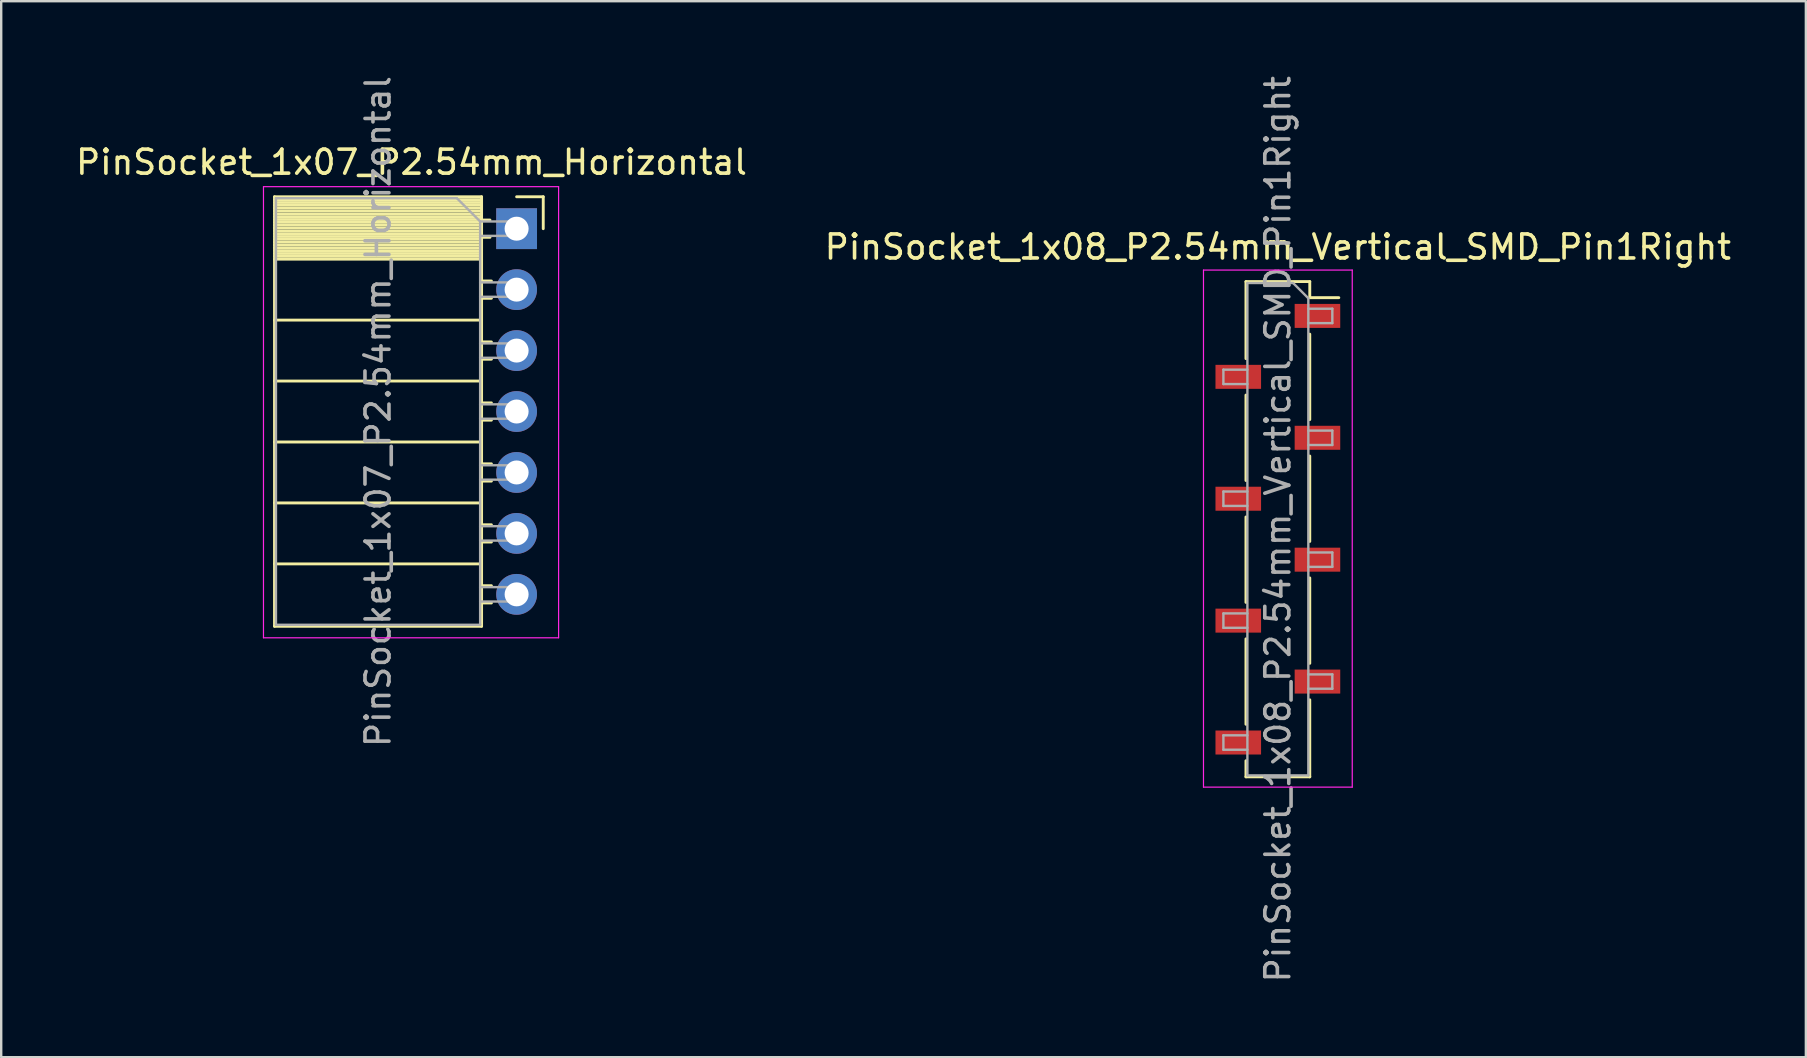
<source format=kicad_pcb>
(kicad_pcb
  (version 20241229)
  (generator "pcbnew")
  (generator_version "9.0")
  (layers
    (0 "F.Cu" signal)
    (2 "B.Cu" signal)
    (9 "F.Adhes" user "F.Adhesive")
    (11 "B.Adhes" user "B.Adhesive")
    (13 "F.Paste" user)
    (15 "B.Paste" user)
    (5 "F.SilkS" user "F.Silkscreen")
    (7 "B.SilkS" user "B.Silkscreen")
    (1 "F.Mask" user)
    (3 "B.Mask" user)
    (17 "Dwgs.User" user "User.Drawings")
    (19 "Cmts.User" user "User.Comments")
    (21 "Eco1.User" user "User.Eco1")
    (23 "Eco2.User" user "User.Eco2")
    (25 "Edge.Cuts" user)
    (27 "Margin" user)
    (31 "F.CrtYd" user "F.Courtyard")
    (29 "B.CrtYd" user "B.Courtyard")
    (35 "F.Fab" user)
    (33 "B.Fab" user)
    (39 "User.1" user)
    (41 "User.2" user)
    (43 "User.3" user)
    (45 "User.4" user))
  (footprint "PinSocket_1x07_P2.54mm_Horizontal"
    (layer "F.Cu")
    (at 18.481 6.481)
    (property "Reference" "PinSocket_1x07_P2.54mm_Horizontal" (at -4.38 -2.77 0) (layer "F.SilkS") (effects (font (size 1 1) (thickness 0.15))))
    (attr through_hole)
    (fp_line (start -10.09 -1.33) (end -10.09 16.57) (stroke (width 0.12) (type solid)) (layer "F.SilkS"))
    (fp_line (start -10.09 -1.33) (end -1.46 -1.33) (stroke (width 0.12) (type solid)) (layer "F.SilkS"))
    (fp_line (start -10.09 -1.21) (end -1.46 -1.21) (stroke (width 0.12) (type solid)) (layer "F.SilkS"))
    (fp_line (start -10.09 -1.092) (end -1.46 -1.092) (stroke (width 0.12) (type solid)) (layer "F.SilkS"))
    (fp_line (start -10.09 -0.974) (end -1.46 -0.974) (stroke (width 0.12) (type solid)) (layer "F.SilkS"))
    (fp_line (start -10.09 -0.856) (end -1.46 -0.856) (stroke (width 0.12) (type solid)) (layer "F.SilkS"))
    (fp_line (start -10.09 -0.738) (end -1.46 -0.738) (stroke (width 0.12) (type solid)) (layer "F.SilkS"))
    (fp_line (start -10.09 -0.62) (end -1.46 -0.62) (stroke (width 0.12) (type solid)) (layer "F.SilkS"))
    (fp_line (start -10.09 -0.501) (end -1.46 -0.501) (stroke (width 0.12) (type solid)) (layer "F.SilkS"))
    (fp_line (start -10.09 -0.383) (end -1.46 -0.383) (stroke (width 0.12) (type solid)) (layer "F.SilkS"))
    (fp_line (start -10.09 -0.265) (end -1.46 -0.265) (stroke (width 0.12) (type solid)) (layer "F.SilkS"))
    (fp_line (start -10.09 -0.147) (end -1.46 -0.147) (stroke (width 0.12) (type solid)) (layer "F.SilkS"))
    (fp_line (start -10.09 -0.029) (end -1.46 -0.029) (stroke (width 0.12) (type solid)) (layer "F.SilkS"))
    (fp_line (start -10.09 0.089) (end -1.46 0.089) (stroke (width 0.12) (type solid)) (layer "F.SilkS"))
    (fp_line (start -10.09 0.207) (end -1.46 0.207) (stroke (width 0.12) (type solid)) (layer "F.SilkS"))
    (fp_line (start -10.09 0.325) (end -1.46 0.325) (stroke (width 0.12) (type solid)) (layer "F.SilkS"))
    (fp_line (start -10.09 0.443) (end -1.46 0.443) (stroke (width 0.12) (type solid)) (layer "F.SilkS"))
    (fp_line (start -10.09 0.561) (end -1.46 0.561) (stroke (width 0.12) (type solid)) (layer "F.SilkS"))
    (fp_line (start -10.09 0.68) (end -1.46 0.68) (stroke (width 0.12) (type solid)) (layer "F.SilkS"))
    (fp_line (start -10.09 0.798) (end -1.46 0.798) (stroke (width 0.12) (type solid)) (layer "F.SilkS"))
    (fp_line (start -10.09 0.916) (end -1.46 0.916) (stroke (width 0.12) (type solid)) (layer "F.SilkS"))
    (fp_line (start -10.09 1.034) (end -1.46 1.034) (stroke (width 0.12) (type solid)) (layer "F.SilkS"))
    (fp_line (start -10.09 1.152) (end -1.46 1.152) (stroke (width 0.12) (type solid)) (layer "F.SilkS"))
    (fp_line (start -10.09 1.27) (end -1.46 1.27) (stroke (width 0.12) (type solid)) (layer "F.SilkS"))
    (fp_line (start -10.09 3.81) (end -1.46 3.81) (stroke (width 0.12) (type solid)) (layer "F.SilkS"))
    (fp_line (start -10.09 6.35) (end -1.46 6.35) (stroke (width 0.12) (type solid)) (layer "F.SilkS"))
    (fp_line (start -10.09 8.89) (end -1.46 8.89) (stroke (width 0.12) (type solid)) (layer "F.SilkS"))
    (fp_line (start -10.09 11.43) (end -1.46 11.43) (stroke (width 0.12) (type solid)) (layer "F.SilkS"))
    (fp_line (start -10.09 13.97) (end -1.46 13.97) (stroke (width 0.12) (type solid)) (layer "F.SilkS"))
    (fp_line (start -10.09 16.57) (end -1.46 16.57) (stroke (width 0.12) (type solid)) (layer "F.SilkS"))
    (fp_line (start -1.46 -1.33) (end -1.46 16.57) (stroke (width 0.12) (type solid)) (layer "F.SilkS"))
    (fp_line (start -1.46 -0.36) (end -1.11 -0.36) (stroke (width 0.12) (type solid)) (layer "F.SilkS"))
    (fp_line (start -1.46 0.36) (end -1.11 0.36) (stroke (width 0.12) (type solid)) (layer "F.SilkS"))
    (fp_line (start -1.46 2.18) (end -1.05 2.18) (stroke (width 0.12) (type solid)) (layer "F.SilkS"))
    (fp_line (start -1.46 2.9) (end -1.05 2.9) (stroke (width 0.12) (type solid)) (layer "F.SilkS"))
    (fp_line (start -1.46 4.72) (end -1.05 4.72) (stroke (width 0.12) (type solid)) (layer "F.SilkS"))
    (fp_line (start -1.46 5.44) (end -1.05 5.44) (stroke (width 0.12) (type solid)) (layer "F.SilkS"))
    (fp_line (start -1.46 7.26) (end -1.05 7.26) (stroke (width 0.12) (type solid)) (layer "F.SilkS"))
    (fp_line (start -1.46 7.98) (end -1.05 7.98) (stroke (width 0.12) (type solid)) (layer "F.SilkS"))
    (fp_line (start -1.46 9.8) (end -1.05 9.8) (stroke (width 0.12) (type solid)) (layer "F.SilkS"))
    (fp_line (start -1.46 10.52) (end -1.05 10.52) (stroke (width 0.12) (type solid)) (layer "F.SilkS"))
    (fp_line (start -1.46 12.34) (end -1.05 12.34) (stroke (width 0.12) (type solid)) (layer "F.SilkS"))
    (fp_line (start -1.46 13.06) (end -1.05 13.06) (stroke (width 0.12) (type solid)) (layer "F.SilkS"))
    (fp_line (start -1.46 14.88) (end -1.05 14.88) (stroke (width 0.12) (type solid)) (layer "F.SilkS"))
    (fp_line (start -1.46 15.6) (end -1.05 15.6) (stroke (width 0.12) (type solid)) (layer "F.SilkS"))
    (fp_line (start 0 -1.33) (end 1.11 -1.33) (stroke (width 0.12) (type solid)) (layer "F.SilkS"))
    (fp_line (start 1.11 -1.33) (end 1.11 0) (stroke (width 0.12) (type solid)) (layer "F.SilkS"))
    (fp_line (start -10.55 -1.75) (end -10.55 17.05) (stroke (width 0.05) (type solid)) (layer "F.CrtYd"))
    (fp_line (start -10.55 17.05) (end 1.75 17.05) (stroke (width 0.05) (type solid)) (layer "F.CrtYd"))
    (fp_line (start 1.75 -1.75) (end -10.55 -1.75) (stroke (width 0.05) (type solid)) (layer "F.CrtYd"))
    (fp_line (start 1.75 17.05) (end 1.75 -1.75) (stroke (width 0.05) (type solid)) (layer "F.CrtYd"))
    (fp_line (start -10.03 -1.27) (end -2.49 -1.27) (stroke (width 0.1) (type solid)) (layer "F.Fab"))
    (fp_line (start -10.03 16.51) (end -10.03 -1.27) (stroke (width 0.1) (type solid)) (layer "F.Fab"))
    (fp_line (start -2.49 -1.27) (end -1.52 -0.3) (stroke (width 0.1) (type solid)) (layer "F.Fab"))
    (fp_line (start -1.52 -0.3) (end -1.52 16.51) (stroke (width 0.1) (type solid)) (layer "F.Fab"))
    (fp_line (start -1.52 0.3) (end 0 0.3) (stroke (width 0.1) (type solid)) (layer "F.Fab"))
    (fp_line (start -1.52 2.84) (end 0 2.84) (stroke (width 0.1) (type solid)) (layer "F.Fab"))
    (fp_line (start -1.52 5.38) (end 0 5.38) (stroke (width 0.1) (type solid)) (layer "F.Fab"))
    (fp_line (start -1.52 7.92) (end 0 7.92) (stroke (width 0.1) (type solid)) (layer "F.Fab"))
    (fp_line (start -1.52 10.46) (end 0 10.46) (stroke (width 0.1) (type solid)) (layer "F.Fab"))
    (fp_line (start -1.52 13) (end 0 13) (stroke (width 0.1) (type solid)) (layer "F.Fab"))
    (fp_line (start -1.52 15.54) (end 0 15.54) (stroke (width 0.1) (type solid)) (layer "F.Fab"))
    (fp_line (start -1.52 16.51) (end -10.03 16.51) (stroke (width 0.1) (type solid)) (layer "F.Fab"))
    (fp_line (start 0 -0.3) (end -1.52 -0.3) (stroke (width 0.1) (type solid)) (layer "F.Fab"))
    (fp_line (start 0 0.3) (end 0 -0.3) (stroke (width 0.1) (type solid)) (layer "F.Fab"))
    (fp_line (start 0 2.24) (end -1.52 2.24) (stroke (width 0.1) (type solid)) (layer "F.Fab"))
    (fp_line (start 0 2.84) (end 0 2.24) (stroke (width 0.1) (type solid)) (layer "F.Fab"))
    (fp_line (start 0 4.78) (end -1.52 4.78) (stroke (width 0.1) (type solid)) (layer "F.Fab"))
    (fp_line (start 0 5.38) (end 0 4.78) (stroke (width 0.1) (type solid)) (layer "F.Fab"))
    (fp_line (start 0 7.32) (end -1.52 7.32) (stroke (width 0.1) (type solid)) (layer "F.Fab"))
    (fp_line (start 0 7.92) (end 0 7.32) (stroke (width 0.1) (type solid)) (layer "F.Fab"))
    (fp_line (start 0 9.86) (end -1.52 9.86) (stroke (width 0.1) (type solid)) (layer "F.Fab"))
    (fp_line (start 0 10.46) (end 0 9.86) (stroke (width 0.1) (type solid)) (layer "F.Fab"))
    (fp_line (start 0 12.4) (end -1.52 12.4) (stroke (width 0.1) (type solid)) (layer "F.Fab"))
    (fp_line (start 0 13) (end 0 12.4) (stroke (width 0.1) (type solid)) (layer "F.Fab"))
    (fp_line (start 0 14.94) (end -1.52 14.94) (stroke (width 0.1) (type solid)) (layer "F.Fab"))
    (fp_line (start 0 15.54) (end 0 14.94) (stroke (width 0.1) (type solid)) (layer "F.Fab"))
    (fp_text user "${REFERENCE}" (at -5.775 7.62 90) (layer "F.Fab") (effects (font (size 1 1) (thickness 0.15))))
    (pad "1" thru_hole rect (at 0 0) (size 1.7 1.7) (drill 1) (layers "*.Cu" "*.Mask"))
    (pad "2" thru_hole oval (at 0 2.54) (size 1.7 1.7) (drill 1) (layers "*.Cu" "*.Mask"))
    (pad "3" thru_hole oval (at 0 5.08) (size 1.7 1.7) (drill 1) (layers "*.Cu" "*.Mask"))
    (pad "4" thru_hole oval (at 0 7.62) (size 1.7 1.7) (drill 1) (layers "*.Cu" "*.Mask"))
    (pad "5" thru_hole oval (at 0 10.16) (size 1.7 1.7) (drill 1) (layers "*.Cu" "*.Mask"))
    (pad "6" thru_hole oval (at 0 12.7) (size 1.7 1.7) (drill 1) (layers "*.Cu" "*.Mask"))
    (pad "7" thru_hole oval (at 0 15.24) (size 1.7 1.7) (drill 1) (layers "*.Cu" "*.Mask")))
  (footprint "PinSocket_1x08_P2.54mm_Vertical_SMD_Pin1Right"
    (layer "F.Cu")
    (at 50.208 19.006)
    (property "Reference" "PinSocket_1x08_P2.54mm_Vertical_SMD_Pin1Right" (at 0 -11.76 0) (layer "F.SilkS") (effects (font (size 1 1) (thickness 0.15))))
    (attr smd)
    (fp_line (start -1.33 -10.32) (end -1.33 -7.11) (stroke (width 0.12) (type solid)) (layer "F.SilkS"))
    (fp_line (start -1.33 -10.32) (end 1.33 -10.32) (stroke (width 0.12) (type solid)) (layer "F.SilkS"))
    (fp_line (start -1.33 -5.59) (end -1.33 -2.03) (stroke (width 0.12) (type solid)) (layer "F.SilkS"))
    (fp_line (start -1.33 -0.51) (end -1.33 3.05) (stroke (width 0.12) (type solid)) (layer "F.SilkS"))
    (fp_line (start -1.33 4.57) (end -1.33 8.13) (stroke (width 0.12) (type solid)) (layer "F.SilkS"))
    (fp_line (start -1.33 9.65) (end -1.33 10.32) (stroke (width 0.12) (type solid)) (layer "F.SilkS"))
    (fp_line (start -1.33 10.32) (end 1.33 10.32) (stroke (width 0.12) (type solid)) (layer "F.SilkS"))
    (fp_line (start 1.33 -10.32) (end 1.33 -9.65) (stroke (width 0.12) (type solid)) (layer "F.SilkS"))
    (fp_line (start 1.33 -9.65) (end 2.54 -9.65) (stroke (width 0.12) (type solid)) (layer "F.SilkS"))
    (fp_line (start 1.33 -8.13) (end 1.33 -4.57) (stroke (width 0.12) (type solid)) (layer "F.SilkS"))
    (fp_line (start 1.33 -3.05) (end 1.33 0.51) (stroke (width 0.12) (type solid)) (layer "F.SilkS"))
    (fp_line (start 1.33 2.03) (end 1.33 5.59) (stroke (width 0.12) (type solid)) (layer "F.SilkS"))
    (fp_line (start 1.33 7.11) (end 1.33 10.32) (stroke (width 0.12) (type solid)) (layer "F.SilkS"))
    (fp_line (start -3.1 -10.8) (end 3.1 -10.8) (stroke (width 0.05) (type solid)) (layer "F.CrtYd"))
    (fp_line (start -3.1 10.75) (end -3.1 -10.8) (stroke (width 0.05) (type solid)) (layer "F.CrtYd"))
    (fp_line (start 3.1 -10.8) (end 3.1 10.75) (stroke (width 0.05) (type solid)) (layer "F.CrtYd"))
    (fp_line (start 3.1 10.75) (end -3.1 10.75) (stroke (width 0.05) (type solid)) (layer "F.CrtYd"))
    (fp_line (start -2.27 -6.65) (end -1.27 -6.65) (stroke (width 0.1) (type solid)) (layer "F.Fab"))
    (fp_line (start -2.27 -6.05) (end -2.27 -6.65) (stroke (width 0.1) (type solid)) (layer "F.Fab"))
    (fp_line (start -2.27 -1.57) (end -1.27 -1.57) (stroke (width 0.1) (type solid)) (layer "F.Fab"))
    (fp_line (start -2.27 -0.97) (end -2.27 -1.57) (stroke (width 0.1) (type solid)) (layer "F.Fab"))
    (fp_line (start -2.27 3.51) (end -1.27 3.51) (stroke (width 0.1) (type solid)) (layer "F.Fab"))
    (fp_line (start -2.27 4.11) (end -2.27 3.51) (stroke (width 0.1) (type solid)) (layer "F.Fab"))
    (fp_line (start -2.27 8.59) (end -1.27 8.59) (stroke (width 0.1) (type solid)) (layer "F.Fab"))
    (fp_line (start -2.27 9.19) (end -2.27 8.59) (stroke (width 0.1) (type solid)) (layer "F.Fab"))
    (fp_line (start -1.27 -10.26) (end 0.635 -10.26) (stroke (width 0.1) (type solid)) (layer "F.Fab"))
    (fp_line (start -1.27 -6.05) (end -2.27 -6.05) (stroke (width 0.1) (type solid)) (layer "F.Fab"))
    (fp_line (start -1.27 -0.97) (end -2.27 -0.97) (stroke (width 0.1) (type solid)) (layer "F.Fab"))
    (fp_line (start -1.27 4.11) (end -2.27 4.11) (stroke (width 0.1) (type solid)) (layer "F.Fab"))
    (fp_line (start -1.27 9.19) (end -2.27 9.19) (stroke (width 0.1) (type solid)) (layer "F.Fab"))
    (fp_line (start -1.27 10.26) (end -1.27 -10.26) (stroke (width 0.1) (type solid)) (layer "F.Fab"))
    (fp_line (start 0.635 -10.26) (end 1.27 -9.625) (stroke (width 0.1) (type solid)) (layer "F.Fab"))
    (fp_line (start 1.27 -9.625) (end 1.27 10.26) (stroke (width 0.1) (type solid)) (layer "F.Fab"))
    (fp_line (start 1.27 -9.19) (end 2.27 -9.19) (stroke (width 0.1) (type solid)) (layer "F.Fab"))
    (fp_line (start 1.27 -4.11) (end 2.27 -4.11) (stroke (width 0.1) (type solid)) (layer "F.Fab"))
    (fp_line (start 1.27 0.97) (end 2.27 0.97) (stroke (width 0.1) (type solid)) (layer "F.Fab"))
    (fp_line (start 1.27 6.05) (end 2.27 6.05) (stroke (width 0.1) (type solid)) (layer "F.Fab"))
    (fp_line (start 1.27 10.26) (end -1.27 10.26) (stroke (width 0.1) (type solid)) (layer "F.Fab"))
    (fp_line (start 2.27 -9.19) (end 2.27 -8.59) (stroke (width 0.1) (type solid)) (layer "F.Fab"))
    (fp_line (start 2.27 -8.59) (end 1.27 -8.59) (stroke (width 0.1) (type solid)) (layer "F.Fab"))
    (fp_line (start 2.27 -4.11) (end 2.27 -3.51) (stroke (width 0.1) (type solid)) (layer "F.Fab"))
    (fp_line (start 2.27 -3.51) (end 1.27 -3.51) (stroke (width 0.1) (type solid)) (layer "F.Fab"))
    (fp_line (start 2.27 0.97) (end 2.27 1.57) (stroke (width 0.1) (type solid)) (layer "F.Fab"))
    (fp_line (start 2.27 1.57) (end 1.27 1.57) (stroke (width 0.1) (type solid)) (layer "F.Fab"))
    (fp_line (start 2.27 6.05) (end 2.27 6.65) (stroke (width 0.1) (type solid)) (layer "F.Fab"))
    (fp_line (start 2.27 6.65) (end 1.27 6.65) (stroke (width 0.1) (type solid)) (layer "F.Fab"))
    (fp_text user "${REFERENCE}" (at 0 0 90) (layer "F.Fab") (effects (font (size 1 1) (thickness 0.15))))
    (pad "1" smd rect (at 1.65 -8.89) (size 1.9 1) (layers "F.Cu" "F.Mask" "F.Paste"))
    (pad "2" smd rect (at -1.65 -6.35) (size 1.9 1) (layers "F.Cu" "F.Mask" "F.Paste"))
    (pad "3" smd rect (at 1.65 -3.81) (size 1.9 1) (layers "F.Cu" "F.Mask" "F.Paste"))
    (pad "4" smd rect (at -1.65 -1.27) (size 1.9 1) (layers "F.Cu" "F.Mask" "F.Paste"))
    (pad "5" smd rect (at 1.65 1.27) (size 1.9 1) (layers "F.Cu" "F.Mask" "F.Paste"))
    (pad "6" smd rect (at -1.65 3.81) (size 1.9 1) (layers "F.Cu" "F.Mask" "F.Paste"))
    (pad "7" smd rect (at 1.65 6.35) (size 1.9 1) (layers "F.Cu" "F.Mask" "F.Paste"))
    (pad "8" smd rect (at -1.65 8.89) (size 1.9 1) (layers "F.Cu" "F.Mask" "F.Paste")))
  (gr_rect
    (start -3 -3)
    (end 72.214 41.012)
    (stroke (width 0.1) (type default))
    (fill no)
    (layer "Edge.Cuts")))
</source>
